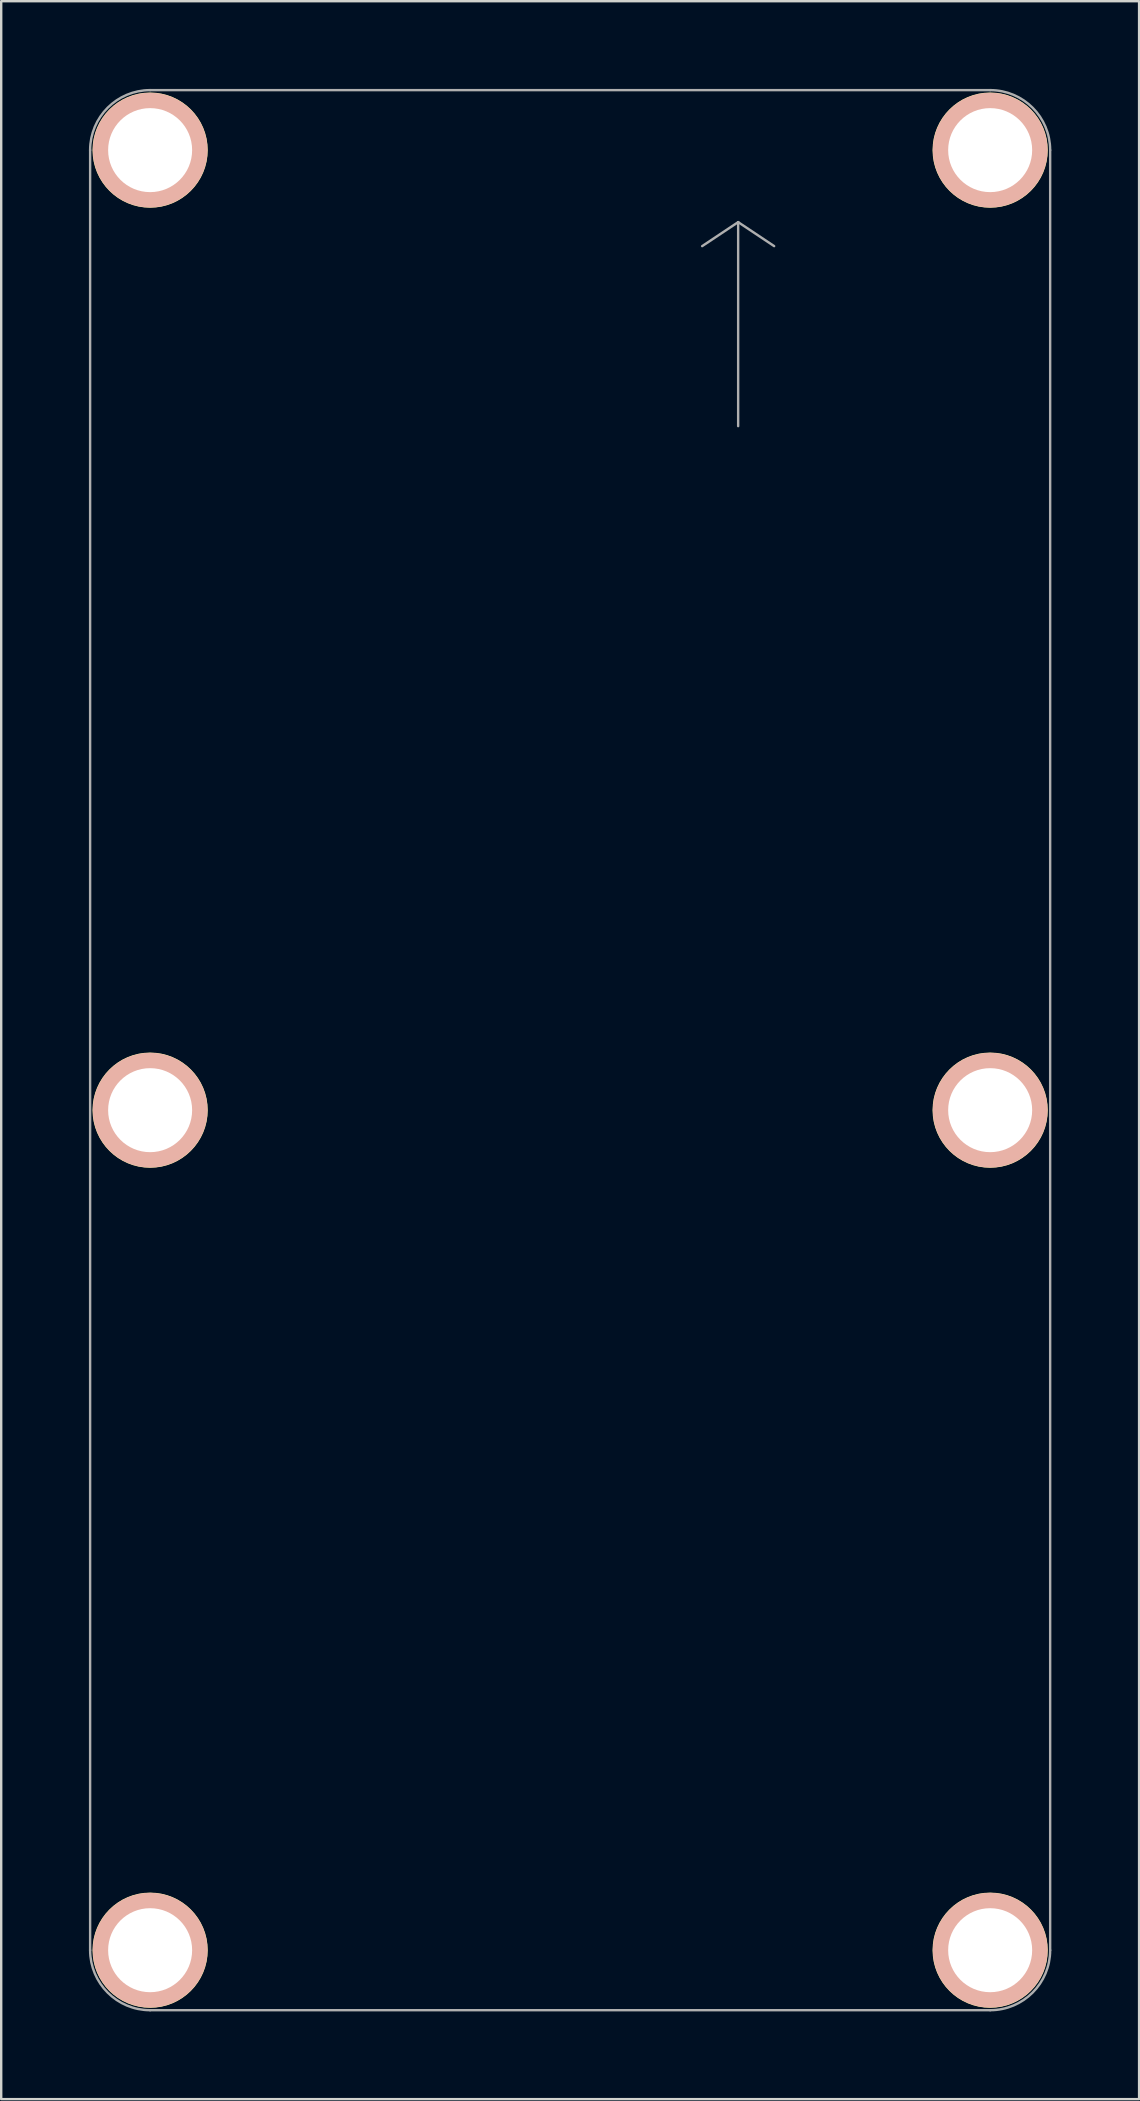
<source format=kicad_pcb>
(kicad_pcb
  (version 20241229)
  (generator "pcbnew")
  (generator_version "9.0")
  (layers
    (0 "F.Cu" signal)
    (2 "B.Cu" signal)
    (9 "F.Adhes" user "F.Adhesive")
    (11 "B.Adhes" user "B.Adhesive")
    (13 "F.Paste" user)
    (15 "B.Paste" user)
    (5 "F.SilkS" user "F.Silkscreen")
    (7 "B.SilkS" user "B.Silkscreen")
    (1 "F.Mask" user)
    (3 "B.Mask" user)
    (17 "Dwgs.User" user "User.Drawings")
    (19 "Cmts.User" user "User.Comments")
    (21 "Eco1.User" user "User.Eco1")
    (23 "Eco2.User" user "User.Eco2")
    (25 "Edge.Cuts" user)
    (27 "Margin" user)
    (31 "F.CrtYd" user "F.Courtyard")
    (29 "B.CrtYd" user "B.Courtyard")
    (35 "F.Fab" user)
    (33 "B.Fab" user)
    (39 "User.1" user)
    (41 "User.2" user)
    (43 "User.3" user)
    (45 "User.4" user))
  (footprint "ESP32_ETH_DIM"
    (layer "F.Cu")
    (at 3.205 3.205)
    (property "Reference" "ESP32_ETH_DIM" (at 0 0 0) (layer "F.SilkS") (effects (font (size 0.3 0.3) (thickness 0.076))))
    (attr through_hole)
    (fp_circle (center 0 0) (end 1.4 0) (stroke (width 0.381) (type solid)) (fill no) (layer "F.SilkS"))
    (fp_circle (center 0 0) (end 1.699 0) (stroke (width 0.381) (type solid)) (fill no) (layer "F.SilkS"))
    (fp_circle (center 0 0) (end 1.999 -0.201) (stroke (width 0.381) (type solid)) (fill no) (layer "F.SilkS"))
    (fp_circle (center 0 0) (end 2.2 -0.201) (stroke (width 0.381) (type solid)) (fill no) (layer "F.SilkS"))
    (fp_circle (center 0 40) (end 1.4 40) (stroke (width 0.381) (type solid)) (fill no) (layer "F.SilkS"))
    (fp_circle (center 0 40) (end 1.699 40) (stroke (width 0.381) (type solid)) (fill no) (layer "F.SilkS"))
    (fp_circle (center 0 40) (end 1.999 39.799) (stroke (width 0.381) (type solid)) (fill no) (layer "F.SilkS"))
    (fp_circle (center 0 40) (end 2.2 39.799) (stroke (width 0.381) (type solid)) (fill no) (layer "F.SilkS"))
    (fp_circle (center 0 75) (end 1.4 75) (stroke (width 0.381) (type solid)) (fill no) (layer "F.SilkS"))
    (fp_circle (center 0 75) (end 1.699 75) (stroke (width 0.381) (type solid)) (fill no) (layer "F.SilkS"))
    (fp_circle (center 0 75) (end 1.999 74.799) (stroke (width 0.381) (type solid)) (fill no) (layer "F.SilkS"))
    (fp_circle (center 0 75) (end 2.2 74.799) (stroke (width 0.381) (type solid)) (fill no) (layer "F.SilkS"))
    (fp_circle (center 35 0) (end 36.4 0) (stroke (width 0.381) (type solid)) (fill no) (layer "F.SilkS"))
    (fp_circle (center 35 0) (end 36.699 0) (stroke (width 0.381) (type solid)) (fill no) (layer "F.SilkS"))
    (fp_circle (center 35 0) (end 36.999 -0.201) (stroke (width 0.381) (type solid)) (fill no) (layer "F.SilkS"))
    (fp_circle (center 35 0) (end 37.2 -0.201) (stroke (width 0.381) (type solid)) (fill no) (layer "F.SilkS"))
    (fp_circle (center 35 40) (end 36.4 40) (stroke (width 0.381) (type solid)) (fill no) (layer "F.SilkS"))
    (fp_circle (center 35 40) (end 36.699 40) (stroke (width 0.381) (type solid)) (fill no) (layer "F.SilkS"))
    (fp_circle (center 35 40) (end 36.999 39.799) (stroke (width 0.381) (type solid)) (fill no) (layer "F.SilkS"))
    (fp_circle (center 35 40) (end 37.2 39.799) (stroke (width 0.381) (type solid)) (fill no) (layer "F.SilkS"))
    (fp_circle (center 35 75) (end 36.4 75) (stroke (width 0.381) (type solid)) (fill no) (layer "F.SilkS"))
    (fp_circle (center 35 75) (end 36.699 75) (stroke (width 0.381) (type solid)) (fill no) (layer "F.SilkS"))
    (fp_circle (center 35 75) (end 36.999 74.799) (stroke (width 0.381) (type solid)) (fill no) (layer "F.SilkS"))
    (fp_circle (center 35 75) (end 37.2 74.799) (stroke (width 0.381) (type solid)) (fill no) (layer "F.SilkS"))
    (fp_circle (center 0 0) (end 1.4 -0.099) (stroke (width 0.381) (type solid)) (fill no) (layer "B.SilkS"))
    (fp_circle (center 0 0) (end 1.699 0) (stroke (width 0.381) (type solid)) (fill no) (layer "B.SilkS"))
    (fp_circle (center 0 0) (end 1.9 0) (stroke (width 0.381) (type solid)) (fill no) (layer "B.SilkS"))
    (fp_circle (center 0 0) (end 2.2 0) (stroke (width 0.381) (type solid)) (fill no) (layer "B.SilkS"))
    (fp_circle (center 0 40) (end 1.4 39.901) (stroke (width 0.381) (type solid)) (fill no) (layer "B.SilkS"))
    (fp_circle (center 0 40) (end 1.699 40) (stroke (width 0.381) (type solid)) (fill no) (layer "B.SilkS"))
    (fp_circle (center 0 40) (end 1.9 40) (stroke (width 0.381) (type solid)) (fill no) (layer "B.SilkS"))
    (fp_circle (center 0 40) (end 2.2 40) (stroke (width 0.381) (type solid)) (fill no) (layer "B.SilkS"))
    (fp_circle (center 0 75) (end 1.4 74.901) (stroke (width 0.381) (type solid)) (fill no) (layer "B.SilkS"))
    (fp_circle (center 0 75) (end 1.699 75) (stroke (width 0.381) (type solid)) (fill no) (layer "B.SilkS"))
    (fp_circle (center 0 75) (end 1.9 75) (stroke (width 0.381) (type solid)) (fill no) (layer "B.SilkS"))
    (fp_circle (center 0 75) (end 2.2 75) (stroke (width 0.381) (type solid)) (fill no) (layer "B.SilkS"))
    (fp_circle (center 35 0) (end 36.4 -0.099) (stroke (width 0.381) (type solid)) (fill no) (layer "B.SilkS"))
    (fp_circle (center 35 0) (end 36.699 0) (stroke (width 0.381) (type solid)) (fill no) (layer "B.SilkS"))
    (fp_circle (center 35 0) (end 36.9 0) (stroke (width 0.381) (type solid)) (fill no) (layer "B.SilkS"))
    (fp_circle (center 35 0) (end 37.2 0) (stroke (width 0.381) (type solid)) (fill no) (layer "B.SilkS"))
    (fp_circle (center 35 40) (end 36.4 39.901) (stroke (width 0.381) (type solid)) (fill no) (layer "B.SilkS"))
    (fp_circle (center 35 40) (end 36.699 40) (stroke (width 0.381) (type solid)) (fill no) (layer "B.SilkS"))
    (fp_circle (center 35 40) (end 36.9 40) (stroke (width 0.381) (type solid)) (fill no) (layer "B.SilkS"))
    (fp_circle (center 35 40) (end 37.2 40) (stroke (width 0.381) (type solid)) (fill no) (layer "B.SilkS"))
    (fp_circle (center 35 75) (end 36.4 74.901) (stroke (width 0.381) (type solid)) (fill no) (layer "B.SilkS"))
    (fp_circle (center 35 75) (end 36.699 75) (stroke (width 0.381) (type solid)) (fill no) (layer "B.SilkS"))
    (fp_circle (center 35 75) (end 36.9 75) (stroke (width 0.381) (type solid)) (fill no) (layer "B.SilkS"))
    (fp_circle (center 35 75) (end 37.2 75) (stroke (width 0.381) (type solid)) (fill no) (layer "B.SilkS"))
    (fp_circle (center 0 0) (end 3.2 0) (stroke (width 0.01) (type solid)) (fill no) (layer "Eco2.User"))
    (fp_circle (center 0 40) (end 3.2 40) (stroke (width 0.01) (type solid)) (fill no) (layer "Eco2.User"))
    (fp_circle (center 0 75) (end 3.2 75) (stroke (width 0.01) (type solid)) (fill no) (layer "Eco2.User"))
    (fp_circle (center 35 0) (end 38.2 0) (stroke (width 0.01) (type solid)) (fill no) (layer "Eco2.User"))
    (fp_circle (center 35 40) (end 38.2 40) (stroke (width 0.01) (type solid)) (fill no) (layer "Eco2.User"))
    (fp_circle (center 35 75) (end 38.2 75) (stroke (width 0.01) (type solid)) (fill no) (layer "Eco2.User"))
    (fp_line (start -2.5 75) (end -2.5 0) (stroke (width 0.1) (type solid)) (layer "F.Fab"))
    (fp_line (start 0 -2.5) (end 35 -2.5) (stroke (width 0.1) (type solid)) (layer "F.Fab"))
    (fp_line (start 24.5 3) (end 23 4) (stroke (width 0.1) (type solid)) (layer "F.Fab"))
    (fp_line (start 24.5 3) (end 24.5 11.5) (stroke (width 0.1) (type solid)) (layer "F.Fab"))
    (fp_line (start 24.5 3) (end 26 4) (stroke (width 0.1) (type solid)) (layer "F.Fab"))
    (fp_line (start 35 77.5) (end 0 77.5) (stroke (width 0.1) (type solid)) (layer "F.Fab"))
    (fp_line (start 37.5 0) (end 37.5 75) (stroke (width 0.1) (type solid)) (layer "F.Fab"))
    (fp_arc (start -2.5 0) (mid -1.767767 -1.767767) (end 0 -2.5) (stroke (width 0.1) (type solid)) (layer "F.Fab"))
    (fp_arc (start 0 77.5) (mid -1.767767 76.767767) (end -2.5 75) (stroke (width 0.1) (type solid)) (layer "F.Fab"))
    (fp_arc (start 35 -2.5) (mid 36.767767 -1.767767) (end 37.5 0) (stroke (width 0.1) (type solid)) (layer "F.Fab"))
    (fp_arc (start 37.5 75) (mid 36.767767 76.767767) (end 35 77.5) (stroke (width 0.1) (type solid)) (layer "F.Fab"))
    (pad "" np_thru_hole circle (at 0 0) (size 3.5 3.5) (drill 3.5) (layers "*.Cu" "*.Mask" "F.SilkS"))
    (pad "" np_thru_hole circle (at 0 40) (size 3.5 3.5) (drill 3.5) (layers "*.Cu" "*.Mask" "F.SilkS"))
    (pad "" np_thru_hole circle (at 0 75) (size 3.5 3.5) (drill 3.5) (layers "*.Cu" "*.Mask" "F.SilkS"))
    (pad "" np_thru_hole circle (at 35 0) (size 3.5 3.5) (drill 3.5) (layers "*.Cu" "*.Mask" "F.SilkS"))
    (pad "" np_thru_hole circle (at 35 40) (size 3.5 3.5) (drill 3.5) (layers "*.Cu" "*.Mask" "F.SilkS"))
    (pad "" np_thru_hole circle (at 35 75) (size 3.5 3.5) (drill 3.5) (layers "*.Cu" "*.Mask" "F.SilkS")))
  (gr_rect
    (start -3 -3)
    (end 44.41 84.41)
    (stroke (width 0.1) (type default))
    (fill no)
    (layer "Edge.Cuts")))
</source>
